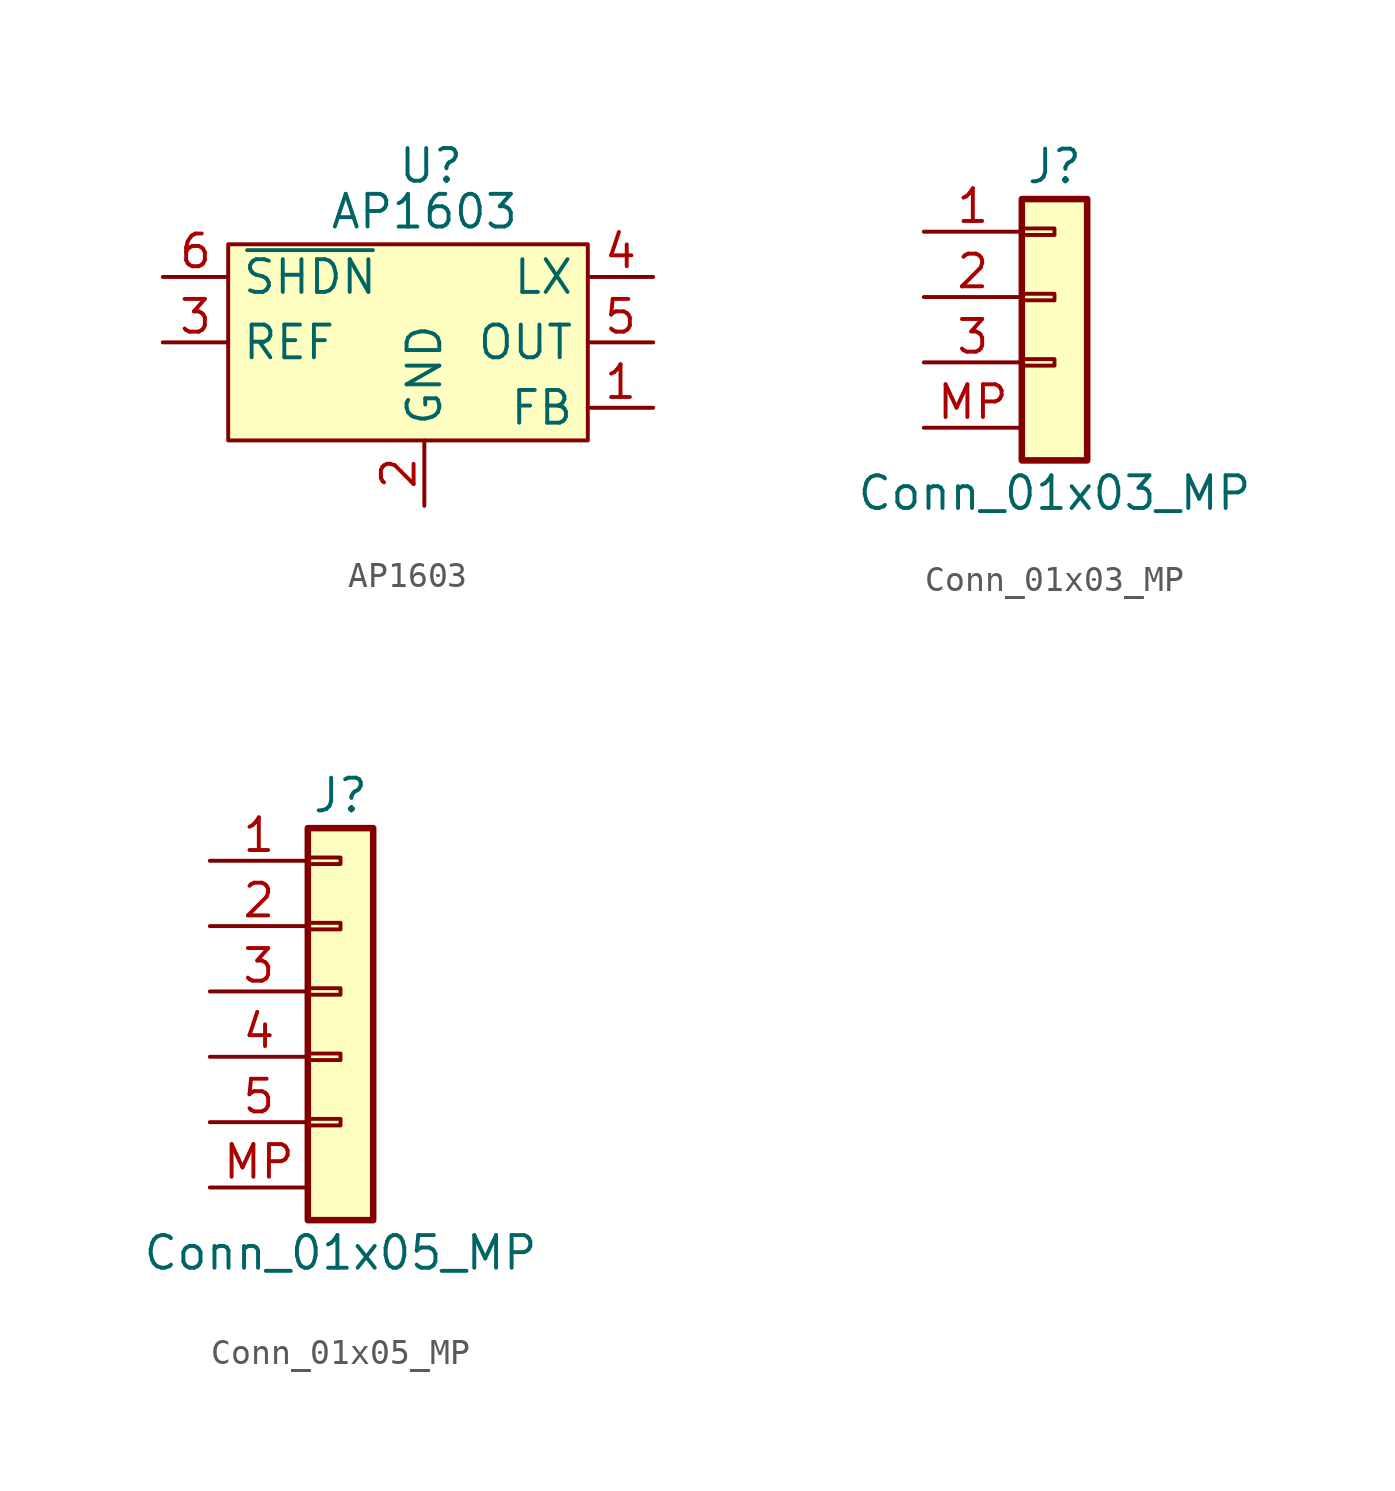
<source format=kicad_sym>
(kicad_symbol_lib
  (version 20231120)
  (generator "kicad_symbol_editor")
  (generator_version "8.0")
  (symbol "AP1603"
    (property "Reference" "U"
      (at 1.524 6.858 0)
      (effects (font (size 1.27 1.27))))
    (property "Value" "AP1603"
      (at 1.27 5.08 0)
      (effects (font (size 1.27 1.27))))
    (symbol "AP1603_1_1"
      (rectangle (start -6.35 3.81) (end 7.62 -3.81) (stroke (width 0) (type default)) (fill (type background)))
      (pin input line (at 10.16 -2.54 180) (length 2.54) (name "FB" (effects (font (size 1.27 1.27)))) (number "1" (effects (font (size 1.27 1.27)))))
      (pin power_in line (at 1.27 -6.35 90) (length 2.54) (name "GND" (effects (font (size 1.27 1.27)))) (number "2" (effects (font (size 1.27 1.27)))))
      (pin passive line (at -8.89 0 0) (length 2.54) (name "REF" (effects (font (size 1.27 1.27)))) (number "3" (effects (font (size 1.27 1.27)))))
      (pin passive line (at 10.16 2.54 180) (length 2.54) (name "LX" (effects (font (size 1.27 1.27)))) (number "4" (effects (font (size 1.27 1.27)))))
      (pin power_out line (at 10.16 0 180) (length 2.54) (name "OUT" (effects (font (size 1.27 1.27)))) (number "5" (effects (font (size 1.27 1.27)))))
      (pin input line (at -8.89 2.54 0) (length 2.54) (name "~{SHDN}" (effects (font (size 1.27 1.27)))) (number "6" (effects (font (size 1.27 1.27)))))))
  (symbol "Conn_01x03_MP"
    (pin_names
      (offset 1.016) hide)
    (property "Reference" "J"
      (at 0 5.08 0)
      (effects (font (size 1.27 1.27))))
    (property "Value" "Conn_01x03_MP"
      (at 0 -7.62 0)
      (effects (font (size 1.27 1.27))))
    (symbol "Conn_01x03_MP_1_1"
      (rectangle (start -1.27 -2.413) (end 0 -2.667) (stroke (width 0.152) (type default)) (fill (type none)))
      (rectangle (start -1.27 0.127) (end 0 -0.127) (stroke (width 0.152) (type default)) (fill (type none)))
      (rectangle (start -1.27 2.667) (end 0 2.413) (stroke (width 0.152) (type default)) (fill (type none)))
      (rectangle (start -1.27 3.81) (end 1.27 -6.35) (stroke (width 0.254) (type default)) (fill (type background)))
      (pin passive line (at -5.08 2.54 0) (length 3.81) (name "Pin_1" (effects (font (size 1.27 1.27)))) (number "1" (effects (font (size 1.27 1.27)))))
      (pin passive line (at -5.08 0 0) (length 3.81) (name "Pin_2" (effects (font (size 1.27 1.27)))) (number "2" (effects (font (size 1.27 1.27)))))
      (pin passive line (at -5.08 -2.54 0) (length 3.81) (name "Pin_3" (effects (font (size 1.27 1.27)))) (number "3" (effects (font (size 1.27 1.27)))))
      (pin passive line (at -5.08 -5.08 0) (length 3.81) (name "Pin_3" (effects (font (size 1.27 1.27)))) (number "MP" (effects (font (size 1.27 1.27)))))))
  (symbol "Conn_01x05_MP"
    (pin_names
      (offset 1.016) hide)
    (property "Reference" "J"
      (at 0 7.62 0)
      (effects (font (size 1.27 1.27))))
    (property "Value" "Conn_01x05_MP"
      (at 0 -10.16 0)
      (effects (font (size 1.27 1.27))))
    (symbol "Conn_01x05_MP_1_1"
      (rectangle (start -1.27 -4.953) (end 0 -5.207) (stroke (width 0.152) (type default)) (fill (type none)))
      (rectangle (start -1.27 -2.413) (end 0 -2.667) (stroke (width 0.152) (type default)) (fill (type none)))
      (rectangle (start -1.27 0.127) (end 0 -0.127) (stroke (width 0.152) (type default)) (fill (type none)))
      (rectangle (start -1.27 2.667) (end 0 2.413) (stroke (width 0.152) (type default)) (fill (type none)))
      (rectangle (start -1.27 5.207) (end 0 4.953) (stroke (width 0.152) (type default)) (fill (type none)))
      (rectangle (start -1.27 6.35) (end 1.27 -8.89) (stroke (width 0.254) (type default)) (fill (type background)))
      (pin passive line (at -5.08 5.08 0) (length 3.81) (name "Pin_1" (effects (font (size 1.27 1.27)))) (number "1" (effects (font (size 1.27 1.27)))))
      (pin passive line (at -5.08 2.54 0) (length 3.81) (name "Pin_2" (effects (font (size 1.27 1.27)))) (number "2" (effects (font (size 1.27 1.27)))))
      (pin passive line (at -5.08 0 0) (length 3.81) (name "Pin_3" (effects (font (size 1.27 1.27)))) (number "3" (effects (font (size 1.27 1.27)))))
      (pin passive line (at -5.08 -2.54 0) (length 3.81) (name "Pin_4" (effects (font (size 1.27 1.27)))) (number "4" (effects (font (size 1.27 1.27)))))
      (pin passive line (at -5.08 -5.08 0) (length 3.81) (name "Pin_5" (effects (font (size 1.27 1.27)))) (number "5" (effects (font (size 1.27 1.27)))))
      (pin passive line (at -5.08 -7.62 0) (length 3.81) (name "Pin_5" (effects (font (size 1.27 1.27)))) (number "MP" (effects (font (size 1.27 1.27))))))))
</source>
